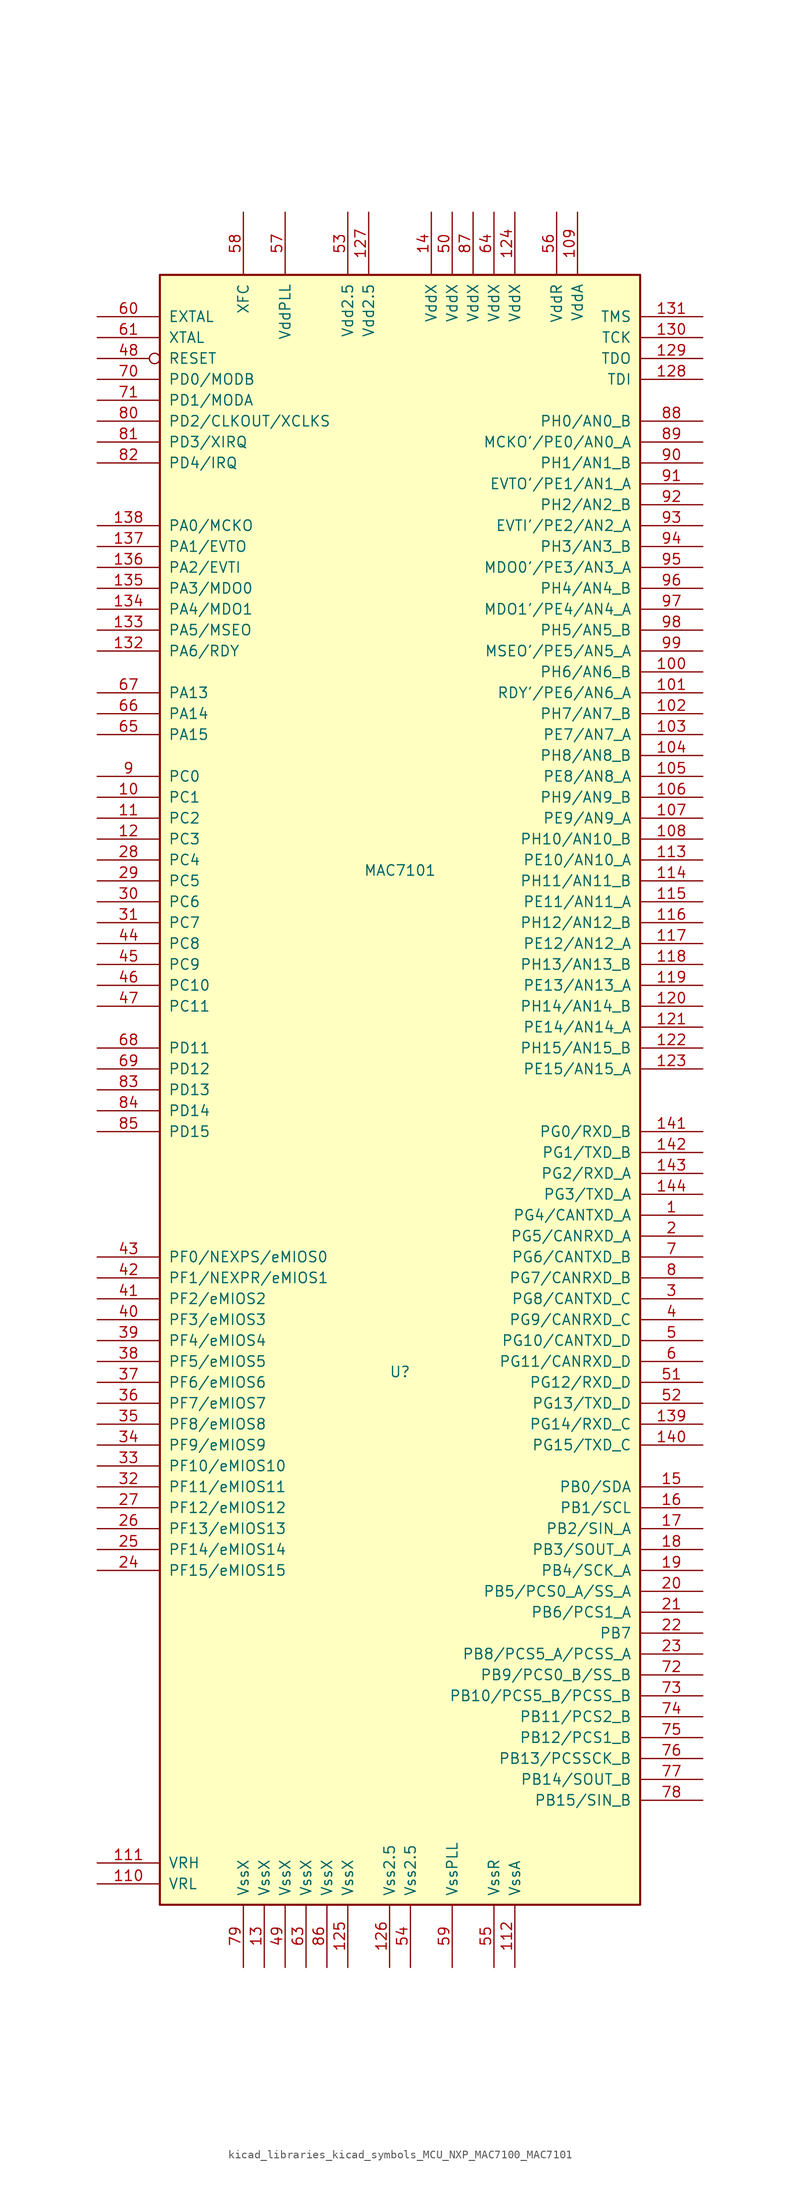
<source format=kicad_sym>
(kicad_symbol_lib
  (version 20220914)
  (generator kicad_symbol_editor)
  (symbol "kicad_libraries_kicad_symbols_MCU_NXP_MAC7100_MAC7101"
    (pin_names
      (offset 1.016))
    (property "Reference" "U"
      (at 1.27 -44.45 0)
      (effects (font (size 1.27 1.27))))
    (property "Value" "MAC7101"
      (at 1.27 16.51 0)
      (effects (font (size 1.27 1.27))))
    (symbol "kicad_libraries_kicad_symbols_MCU_NXP_MAC7100_MAC7101_0_1"
      (rectangle (start 30.48 -109.22) (end -27.94 88.9) (stroke (width 0.254) (type default)) (fill (type background))))
    (symbol "kicad_libraries_kicad_symbols_MCU_NXP_MAC7100_MAC7101_1_1"
      (pin bidirectional line (at 38.1 -25.4 180) (length 7.62) (name "PG4/CANTXD_A" (effects (font (size 1.27 1.27)))) (number "1" (effects (font (size 1.27 1.27)))))
      (pin bidirectional line (at -35.56 25.4 0) (length 7.62) (name "PC1" (effects (font (size 1.27 1.27)))) (number "10" (effects (font (size 1.27 1.27)))))
      (pin bidirectional line (at 38.1 40.64 180) (length 7.62) (name "PH6/AN6_B" (effects (font (size 1.27 1.27)))) (number "100" (effects (font (size 1.27 1.27)))))
      (pin bidirectional line (at 38.1 38.1 180) (length 7.62) (name "RDY'/PE6/AN6_A" (effects (font (size 1.27 1.27)))) (number "101" (effects (font (size 1.27 1.27)))))
      (pin bidirectional line (at 38.1 35.56 180) (length 7.62) (name "PH7/AN7_B" (effects (font (size 1.27 1.27)))) (number "102" (effects (font (size 1.27 1.27)))))
      (pin bidirectional line (at 38.1 33.02 180) (length 7.62) (name "PE7/AN7_A" (effects (font (size 1.27 1.27)))) (number "103" (effects (font (size 1.27 1.27)))))
      (pin bidirectional line (at 38.1 30.48 180) (length 7.62) (name "PH8/AN8_B" (effects (font (size 1.27 1.27)))) (number "104" (effects (font (size 1.27 1.27)))))
      (pin bidirectional line (at 38.1 27.94 180) (length 7.62) (name "PE8/AN8_A" (effects (font (size 1.27 1.27)))) (number "105" (effects (font (size 1.27 1.27)))))
      (pin bidirectional line (at 38.1 25.4 180) (length 7.62) (name "PH9/AN9_B" (effects (font (size 1.27 1.27)))) (number "106" (effects (font (size 1.27 1.27)))))
      (pin bidirectional line (at 38.1 22.86 180) (length 7.62) (name "PE9/AN9_A" (effects (font (size 1.27 1.27)))) (number "107" (effects (font (size 1.27 1.27)))))
      (pin bidirectional line (at 38.1 20.32 180) (length 7.62) (name "PH10/AN10_B" (effects (font (size 1.27 1.27)))) (number "108" (effects (font (size 1.27 1.27)))))
      (pin power_in line (at 22.86 96.52 270) (length 7.62) (name "VddA" (effects (font (size 1.27 1.27)))) (number "109" (effects (font (size 1.27 1.27)))))
      (pin bidirectional line (at -35.56 22.86 0) (length 7.62) (name "PC2" (effects (font (size 1.27 1.27)))) (number "11" (effects (font (size 1.27 1.27)))))
      (pin passive line (at -35.56 -106.68 0) (length 7.62) (name "VRL" (effects (font (size 1.27 1.27)))) (number "110" (effects (font (size 1.27 1.27)))))
      (pin passive line (at -35.56 -104.14 0) (length 7.62) (name "VRH" (effects (font (size 1.27 1.27)))) (number "111" (effects (font (size 1.27 1.27)))))
      (pin power_in line (at 15.24 -116.84 90) (length 7.62) (name "VssA" (effects (font (size 1.27 1.27)))) (number "112" (effects (font (size 1.27 1.27)))))
      (pin bidirectional line (at 38.1 17.78 180) (length 7.62) (name "PE10/AN10_A" (effects (font (size 1.27 1.27)))) (number "113" (effects (font (size 1.27 1.27)))))
      (pin bidirectional line (at 38.1 15.24 180) (length 7.62) (name "PH11/AN11_B" (effects (font (size 1.27 1.27)))) (number "114" (effects (font (size 1.27 1.27)))))
      (pin bidirectional line (at 38.1 12.7 180) (length 7.62) (name "PE11/AN11_A" (effects (font (size 1.27 1.27)))) (number "115" (effects (font (size 1.27 1.27)))))
      (pin bidirectional line (at 38.1 10.16 180) (length 7.62) (name "PH12/AN12_B" (effects (font (size 1.27 1.27)))) (number "116" (effects (font (size 1.27 1.27)))))
      (pin bidirectional line (at 38.1 7.62 180) (length 7.62) (name "PE12/AN12_A" (effects (font (size 1.27 1.27)))) (number "117" (effects (font (size 1.27 1.27)))))
      (pin bidirectional line (at 38.1 5.08 180) (length 7.62) (name "PH13/AN13_B" (effects (font (size 1.27 1.27)))) (number "118" (effects (font (size 1.27 1.27)))))
      (pin bidirectional line (at 38.1 2.54 180) (length 7.62) (name "PE13/AN13_A" (effects (font (size 1.27 1.27)))) (number "119" (effects (font (size 1.27 1.27)))))
      (pin bidirectional line (at -35.56 20.32 0) (length 7.62) (name "PC3" (effects (font (size 1.27 1.27)))) (number "12" (effects (font (size 1.27 1.27)))))
      (pin bidirectional line (at 38.1 0 180) (length 7.62) (name "PH14/AN14_B" (effects (font (size 1.27 1.27)))) (number "120" (effects (font (size 1.27 1.27)))))
      (pin bidirectional line (at 38.1 -2.54 180) (length 7.62) (name "PE14/AN14_A" (effects (font (size 1.27 1.27)))) (number "121" (effects (font (size 1.27 1.27)))))
      (pin bidirectional line (at 38.1 -5.08 180) (length 7.62) (name "PH15/AN15_B" (effects (font (size 1.27 1.27)))) (number "122" (effects (font (size 1.27 1.27)))))
      (pin bidirectional line (at 38.1 -7.62 180) (length 7.62) (name "PE15/AN15_A" (effects (font (size 1.27 1.27)))) (number "123" (effects (font (size 1.27 1.27)))))
      (pin power_in line (at 15.24 96.52 270) (length 7.62) (name "VddX" (effects (font (size 1.27 1.27)))) (number "124" (effects (font (size 1.27 1.27)))))
      (pin power_in line (at -5.08 -116.84 90) (length 7.62) (name "VssX" (effects (font (size 1.27 1.27)))) (number "125" (effects (font (size 1.27 1.27)))))
      (pin power_in line (at 0 -116.84 90) (length 7.62) (name "Vss2.5" (effects (font (size 1.27 1.27)))) (number "126" (effects (font (size 1.27 1.27)))))
      (pin power_in line (at -2.54 96.52 270) (length 7.62) (name "Vdd2.5" (effects (font (size 1.27 1.27)))) (number "127" (effects (font (size 1.27 1.27)))))
      (pin input line (at 38.1 76.2 180) (length 7.62) (name "TDI" (effects (font (size 1.27 1.27)))) (number "128" (effects (font (size 1.27 1.27)))))
      (pin output line (at 38.1 78.74 180) (length 7.62) (name "TDO" (effects (font (size 1.27 1.27)))) (number "129" (effects (font (size 1.27 1.27)))))
      (pin power_in line (at -15.24 -116.84 90) (length 7.62) (name "VssX" (effects (font (size 1.27 1.27)))) (number "13" (effects (font (size 1.27 1.27)))))
      (pin input line (at 38.1 81.28 180) (length 7.62) (name "TCK" (effects (font (size 1.27 1.27)))) (number "130" (effects (font (size 1.27 1.27)))))
      (pin input line (at 38.1 83.82 180) (length 7.62) (name "TMS" (effects (font (size 1.27 1.27)))) (number "131" (effects (font (size 1.27 1.27)))))
      (pin bidirectional line (at -35.56 43.18 0) (length 7.62) (name "PA6/RDY" (effects (font (size 1.27 1.27)))) (number "132" (effects (font (size 1.27 1.27)))))
      (pin bidirectional line (at -35.56 45.72 0) (length 7.62) (name "PA5/MSEO" (effects (font (size 1.27 1.27)))) (number "133" (effects (font (size 1.27 1.27)))))
      (pin bidirectional line (at -35.56 48.26 0) (length 7.62) (name "PA4/MDO1" (effects (font (size 1.27 1.27)))) (number "134" (effects (font (size 1.27 1.27)))))
      (pin bidirectional line (at -35.56 50.8 0) (length 7.62) (name "PA3/MDO0" (effects (font (size 1.27 1.27)))) (number "135" (effects (font (size 1.27 1.27)))))
      (pin bidirectional line (at -35.56 53.34 0) (length 7.62) (name "PA2/EVTI" (effects (font (size 1.27 1.27)))) (number "136" (effects (font (size 1.27 1.27)))))
      (pin bidirectional line (at -35.56 55.88 0) (length 7.62) (name "PA1/EVTO" (effects (font (size 1.27 1.27)))) (number "137" (effects (font (size 1.27 1.27)))))
      (pin bidirectional line (at -35.56 58.42 0) (length 7.62) (name "PA0/MCKO" (effects (font (size 1.27 1.27)))) (number "138" (effects (font (size 1.27 1.27)))))
      (pin bidirectional line (at 38.1 -50.8 180) (length 7.62) (name "PG14/RXD_C" (effects (font (size 1.27 1.27)))) (number "139" (effects (font (size 1.27 1.27)))))
      (pin power_in line (at 5.08 96.52 270) (length 7.62) (name "VddX" (effects (font (size 1.27 1.27)))) (number "14" (effects (font (size 1.27 1.27)))))
      (pin bidirectional line (at 38.1 -53.34 180) (length 7.62) (name "PG15/TXD_C" (effects (font (size 1.27 1.27)))) (number "140" (effects (font (size 1.27 1.27)))))
      (pin bidirectional line (at 38.1 -15.24 180) (length 7.62) (name "PG0/RXD_B" (effects (font (size 1.27 1.27)))) (number "141" (effects (font (size 1.27 1.27)))))
      (pin bidirectional line (at 38.1 -17.78 180) (length 7.62) (name "PG1/TXD_B" (effects (font (size 1.27 1.27)))) (number "142" (effects (font (size 1.27 1.27)))))
      (pin bidirectional line (at 38.1 -20.32 180) (length 7.62) (name "PG2/RXD_A" (effects (font (size 1.27 1.27)))) (number "143" (effects (font (size 1.27 1.27)))))
      (pin bidirectional line (at 38.1 -22.86 180) (length 7.62) (name "PG3/TXD_A" (effects (font (size 1.27 1.27)))) (number "144" (effects (font (size 1.27 1.27)))))
      (pin bidirectional line (at 38.1 -58.42 180) (length 7.62) (name "PB0/SDA" (effects (font (size 1.27 1.27)))) (number "15" (effects (font (size 1.27 1.27)))))
      (pin bidirectional line (at 38.1 -60.96 180) (length 7.62) (name "PB1/SCL" (effects (font (size 1.27 1.27)))) (number "16" (effects (font (size 1.27 1.27)))))
      (pin bidirectional line (at 38.1 -63.5 180) (length 7.62) (name "PB2/SIN_A" (effects (font (size 1.27 1.27)))) (number "17" (effects (font (size 1.27 1.27)))))
      (pin bidirectional line (at 38.1 -66.04 180) (length 7.62) (name "PB3/SOUT_A" (effects (font (size 1.27 1.27)))) (number "18" (effects (font (size 1.27 1.27)))))
      (pin bidirectional line (at 38.1 -68.58 180) (length 7.62) (name "PB4/SCK_A" (effects (font (size 1.27 1.27)))) (number "19" (effects (font (size 1.27 1.27)))))
      (pin bidirectional line (at 38.1 -27.94 180) (length 7.62) (name "PG5/CANRXD_A" (effects (font (size 1.27 1.27)))) (number "2" (effects (font (size 1.27 1.27)))))
      (pin bidirectional line (at 38.1 -71.12 180) (length 7.62) (name "PB5/PCS0_A/SS_A" (effects (font (size 1.27 1.27)))) (number "20" (effects (font (size 1.27 1.27)))))
      (pin bidirectional line (at 38.1 -73.66 180) (length 7.62) (name "PB6/PCS1_A" (effects (font (size 1.27 1.27)))) (number "21" (effects (font (size 1.27 1.27)))))
      (pin bidirectional line (at 38.1 -76.2 180) (length 7.62) (name "PB7" (effects (font (size 1.27 1.27)))) (number "22" (effects (font (size 1.27 1.27)))))
      (pin bidirectional line (at 38.1 -78.74 180) (length 7.62) (name "PB8/PCS5_A/PCSS_A" (effects (font (size 1.27 1.27)))) (number "23" (effects (font (size 1.27 1.27)))))
      (pin bidirectional line (at -35.56 -68.58 0) (length 7.62) (name "PF15/eMIOS15" (effects (font (size 1.27 1.27)))) (number "24" (effects (font (size 1.27 1.27)))))
      (pin bidirectional line (at -35.56 -66.04 0) (length 7.62) (name "PF14/eMIOS14" (effects (font (size 1.27 1.27)))) (number "25" (effects (font (size 1.27 1.27)))))
      (pin bidirectional line (at -35.56 -63.5 0) (length 7.62) (name "PF13/eMIOS13" (effects (font (size 1.27 1.27)))) (number "26" (effects (font (size 1.27 1.27)))))
      (pin bidirectional line (at -35.56 -60.96 0) (length 7.62) (name "PF12/eMIOS12" (effects (font (size 1.27 1.27)))) (number "27" (effects (font (size 1.27 1.27)))))
      (pin bidirectional line (at -35.56 17.78 0) (length 7.62) (name "PC4" (effects (font (size 1.27 1.27)))) (number "28" (effects (font (size 1.27 1.27)))))
      (pin bidirectional line (at -35.56 15.24 0) (length 7.62) (name "PC5" (effects (font (size 1.27 1.27)))) (number "29" (effects (font (size 1.27 1.27)))))
      (pin bidirectional line (at 38.1 -35.56 180) (length 7.62) (name "PG8/CANTXD_C" (effects (font (size 1.27 1.27)))) (number "3" (effects (font (size 1.27 1.27)))))
      (pin bidirectional line (at -35.56 12.7 0) (length 7.62) (name "PC6" (effects (font (size 1.27 1.27)))) (number "30" (effects (font (size 1.27 1.27)))))
      (pin bidirectional line (at -35.56 10.16 0) (length 7.62) (name "PC7" (effects (font (size 1.27 1.27)))) (number "31" (effects (font (size 1.27 1.27)))))
      (pin bidirectional line (at -35.56 -58.42 0) (length 7.62) (name "PF11/eMIOS11" (effects (font (size 1.27 1.27)))) (number "32" (effects (font (size 1.27 1.27)))))
      (pin bidirectional line (at -35.56 -55.88 0) (length 7.62) (name "PF10/eMIOS10" (effects (font (size 1.27 1.27)))) (number "33" (effects (font (size 1.27 1.27)))))
      (pin bidirectional line (at -35.56 -53.34 0) (length 7.62) (name "PF9/eMIOS9" (effects (font (size 1.27 1.27)))) (number "34" (effects (font (size 1.27 1.27)))))
      (pin bidirectional line (at -35.56 -50.8 0) (length 7.62) (name "PF8/eMIOS8" (effects (font (size 1.27 1.27)))) (number "35" (effects (font (size 1.27 1.27)))))
      (pin bidirectional line (at -35.56 -48.26 0) (length 7.62) (name "PF7/eMIOS7" (effects (font (size 1.27 1.27)))) (number "36" (effects (font (size 1.27 1.27)))))
      (pin bidirectional line (at -35.56 -45.72 0) (length 7.62) (name "PF6/eMIOS6" (effects (font (size 1.27 1.27)))) (number "37" (effects (font (size 1.27 1.27)))))
      (pin bidirectional line (at -35.56 -43.18 0) (length 7.62) (name "PF5/eMIOS5" (effects (font (size 1.27 1.27)))) (number "38" (effects (font (size 1.27 1.27)))))
      (pin bidirectional line (at -35.56 -40.64 0) (length 7.62) (name "PF4/eMIOS4" (effects (font (size 1.27 1.27)))) (number "39" (effects (font (size 1.27 1.27)))))
      (pin bidirectional line (at 38.1 -38.1 180) (length 7.62) (name "PG9/CANRXD_C" (effects (font (size 1.27 1.27)))) (number "4" (effects (font (size 1.27 1.27)))))
      (pin bidirectional line (at -35.56 -38.1 0) (length 7.62) (name "PF3/eMIOS3" (effects (font (size 1.27 1.27)))) (number "40" (effects (font (size 1.27 1.27)))))
      (pin bidirectional line (at -35.56 -35.56 0) (length 7.62) (name "PF2/eMIOS2" (effects (font (size 1.27 1.27)))) (number "41" (effects (font (size 1.27 1.27)))))
      (pin bidirectional line (at -35.56 -33.02 0) (length 7.62) (name "PF1/NEXPR/eMIOS1" (effects (font (size 1.27 1.27)))) (number "42" (effects (font (size 1.27 1.27)))))
      (pin bidirectional line (at -35.56 -30.48 0) (length 7.62) (name "PF0/NEXPS/eMIOS0" (effects (font (size 1.27 1.27)))) (number "43" (effects (font (size 1.27 1.27)))))
      (pin bidirectional line (at -35.56 7.62 0) (length 7.62) (name "PC8" (effects (font (size 1.27 1.27)))) (number "44" (effects (font (size 1.27 1.27)))))
      (pin bidirectional line (at -35.56 5.08 0) (length 7.62) (name "PC9" (effects (font (size 1.27 1.27)))) (number "45" (effects (font (size 1.27 1.27)))))
      (pin bidirectional line (at -35.56 2.54 0) (length 7.62) (name "PC10" (effects (font (size 1.27 1.27)))) (number "46" (effects (font (size 1.27 1.27)))))
      (pin bidirectional line (at -35.56 0 0) (length 7.62) (name "PC11" (effects (font (size 1.27 1.27)))) (number "47" (effects (font (size 1.27 1.27)))))
      (pin bidirectional inverted (at -35.56 78.74 0) (length 7.62) (name "RESET" (effects (font (size 1.27 1.27)))) (number "48" (effects (font (size 1.27 1.27)))))
      (pin power_in line (at -12.7 -116.84 90) (length 7.62) (name "VssX" (effects (font (size 1.27 1.27)))) (number "49" (effects (font (size 1.27 1.27)))))
      (pin bidirectional line (at 38.1 -40.64 180) (length 7.62) (name "PG10/CANTXD_D" (effects (font (size 1.27 1.27)))) (number "5" (effects (font (size 1.27 1.27)))))
      (pin power_in line (at 7.62 96.52 270) (length 7.62) (name "VddX" (effects (font (size 1.27 1.27)))) (number "50" (effects (font (size 1.27 1.27)))))
      (pin bidirectional line (at 38.1 -45.72 180) (length 7.62) (name "PG12/RXD_D" (effects (font (size 1.27 1.27)))) (number "51" (effects (font (size 1.27 1.27)))))
      (pin bidirectional line (at 38.1 -48.26 180) (length 7.62) (name "PG13/TXD_D" (effects (font (size 1.27 1.27)))) (number "52" (effects (font (size 1.27 1.27)))))
      (pin passive line (at -5.08 96.52 270) (length 7.62) (name "Vdd2.5" (effects (font (size 1.27 1.27)))) (number "53" (effects (font (size 1.27 1.27)))))
      (pin passive line (at 2.54 -116.84 90) (length 7.62) (name "Vss2.5" (effects (font (size 1.27 1.27)))) (number "54" (effects (font (size 1.27 1.27)))))
      (pin power_in line (at 12.7 -116.84 90) (length 7.62) (name "VssR" (effects (font (size 1.27 1.27)))) (number "55" (effects (font (size 1.27 1.27)))))
      (pin power_in line (at 20.32 96.52 270) (length 7.62) (name "VddR" (effects (font (size 1.27 1.27)))) (number "56" (effects (font (size 1.27 1.27)))))
      (pin passive line (at -12.7 96.52 270) (length 7.62) (name "VddPLL" (effects (font (size 1.27 1.27)))) (number "57" (effects (font (size 1.27 1.27)))))
      (pin bidirectional line (at -17.78 96.52 270) (length 7.62) (name "XFC" (effects (font (size 1.27 1.27)))) (number "58" (effects (font (size 1.27 1.27)))))
      (pin passive line (at 7.62 -116.84 90) (length 7.62) (name "VssPLL" (effects (font (size 1.27 1.27)))) (number "59" (effects (font (size 1.27 1.27)))))
      (pin bidirectional line (at 38.1 -43.18 180) (length 7.62) (name "PG11/CANRXD_D" (effects (font (size 1.27 1.27)))) (number "6" (effects (font (size 1.27 1.27)))))
      (pin input line (at -35.56 83.82 0) (length 7.62) (name "EXTAL" (effects (font (size 1.27 1.27)))) (number "60" (effects (font (size 1.27 1.27)))))
      (pin output line (at -35.56 81.28 0) (length 7.62) (name "XTAL" (effects (font (size 1.27 1.27)))) (number "61" (effects (font (size 1.27 1.27)))))
      (pin power_in line (at -10.16 -116.84 90) (length 7.62) (name "VssX" (effects (font (size 1.27 1.27)))) (number "63" (effects (font (size 1.27 1.27)))))
      (pin power_in line (at 12.7 96.52 270) (length 7.62) (name "VddX" (effects (font (size 1.27 1.27)))) (number "64" (effects (font (size 1.27 1.27)))))
      (pin bidirectional line (at -35.56 33.02 0) (length 7.62) (name "PA15" (effects (font (size 1.27 1.27)))) (number "65" (effects (font (size 1.27 1.27)))))
      (pin bidirectional line (at -35.56 35.56 0) (length 7.62) (name "PA14" (effects (font (size 1.27 1.27)))) (number "66" (effects (font (size 1.27 1.27)))))
      (pin bidirectional line (at -35.56 38.1 0) (length 7.62) (name "PA13" (effects (font (size 1.27 1.27)))) (number "67" (effects (font (size 1.27 1.27)))))
      (pin bidirectional line (at -35.56 -5.08 0) (length 7.62) (name "PD11" (effects (font (size 1.27 1.27)))) (number "68" (effects (font (size 1.27 1.27)))))
      (pin bidirectional line (at -35.56 -7.62 0) (length 7.62) (name "PD12" (effects (font (size 1.27 1.27)))) (number "69" (effects (font (size 1.27 1.27)))))
      (pin bidirectional line (at 38.1 -30.48 180) (length 7.62) (name "PG6/CANTXD_B" (effects (font (size 1.27 1.27)))) (number "7" (effects (font (size 1.27 1.27)))))
      (pin bidirectional line (at -35.56 76.2 0) (length 7.62) (name "PD0/MODB" (effects (font (size 1.27 1.27)))) (number "70" (effects (font (size 1.27 1.27)))))
      (pin bidirectional line (at -35.56 73.66 0) (length 7.62) (name "PD1/MODA" (effects (font (size 1.27 1.27)))) (number "71" (effects (font (size 1.27 1.27)))))
      (pin bidirectional line (at 38.1 -81.28 180) (length 7.62) (name "PB9/PCS0_B/SS_B" (effects (font (size 1.27 1.27)))) (number "72" (effects (font (size 1.27 1.27)))))
      (pin bidirectional line (at 38.1 -83.82 180) (length 7.62) (name "PB10/PCS5_B/PCSS_B" (effects (font (size 1.27 1.27)))) (number "73" (effects (font (size 1.27 1.27)))))
      (pin bidirectional line (at 38.1 -86.36 180) (length 7.62) (name "PB11/PCS2_B" (effects (font (size 1.27 1.27)))) (number "74" (effects (font (size 1.27 1.27)))))
      (pin bidirectional line (at 38.1 -88.9 180) (length 7.62) (name "PB12/PCS1_B" (effects (font (size 1.27 1.27)))) (number "75" (effects (font (size 1.27 1.27)))))
      (pin bidirectional line (at 38.1 -91.44 180) (length 7.62) (name "PB13/PCSSCK_B" (effects (font (size 1.27 1.27)))) (number "76" (effects (font (size 1.27 1.27)))))
      (pin bidirectional line (at 38.1 -93.98 180) (length 7.62) (name "PB14/SOUT_B" (effects (font (size 1.27 1.27)))) (number "77" (effects (font (size 1.27 1.27)))))
      (pin bidirectional line (at 38.1 -96.52 180) (length 7.62) (name "PB15/SIN_B" (effects (font (size 1.27 1.27)))) (number "78" (effects (font (size 1.27 1.27)))))
      (pin power_in line (at -17.78 -116.84 90) (length 7.62) (name "VssX" (effects (font (size 1.27 1.27)))) (number "79" (effects (font (size 1.27 1.27)))))
      (pin bidirectional line (at 38.1 -33.02 180) (length 7.62) (name "PG7/CANRXD_B" (effects (font (size 1.27 1.27)))) (number "8" (effects (font (size 1.27 1.27)))))
      (pin bidirectional line (at -35.56 71.12 0) (length 7.62) (name "PD2/CLKOUT/XCLKS" (effects (font (size 1.27 1.27)))) (number "80" (effects (font (size 1.27 1.27)))))
      (pin bidirectional line (at -35.56 68.58 0) (length 7.62) (name "PD3/XIRQ" (effects (font (size 1.27 1.27)))) (number "81" (effects (font (size 1.27 1.27)))))
      (pin bidirectional line (at -35.56 66.04 0) (length 7.62) (name "PD4/IRQ" (effects (font (size 1.27 1.27)))) (number "82" (effects (font (size 1.27 1.27)))))
      (pin bidirectional line (at -35.56 -10.16 0) (length 7.62) (name "PD13" (effects (font (size 1.27 1.27)))) (number "83" (effects (font (size 1.27 1.27)))))
      (pin bidirectional line (at -35.56 -12.7 0) (length 7.62) (name "PD14" (effects (font (size 1.27 1.27)))) (number "84" (effects (font (size 1.27 1.27)))))
      (pin bidirectional line (at -35.56 -15.24 0) (length 7.62) (name "PD15" (effects (font (size 1.27 1.27)))) (number "85" (effects (font (size 1.27 1.27)))))
      (pin power_in line (at -7.62 -116.84 90) (length 7.62) (name "VssX" (effects (font (size 1.27 1.27)))) (number "86" (effects (font (size 1.27 1.27)))))
      (pin power_in line (at 10.16 96.52 270) (length 7.62) (name "VddX" (effects (font (size 1.27 1.27)))) (number "87" (effects (font (size 1.27 1.27)))))
      (pin bidirectional line (at 38.1 71.12 180) (length 7.62) (name "PH0/AN0_B" (effects (font (size 1.27 1.27)))) (number "88" (effects (font (size 1.27 1.27)))))
      (pin bidirectional line (at 38.1 68.58 180) (length 7.62) (name "MCKO'/PE0/AN0_A" (effects (font (size 1.27 1.27)))) (number "89" (effects (font (size 1.27 1.27)))))
      (pin bidirectional line (at -35.56 27.94 0) (length 7.62) (name "PC0" (effects (font (size 1.27 1.27)))) (number "9" (effects (font (size 1.27 1.27)))))
      (pin bidirectional line (at 38.1 66.04 180) (length 7.62) (name "PH1/AN1_B" (effects (font (size 1.27 1.27)))) (number "90" (effects (font (size 1.27 1.27)))))
      (pin bidirectional line (at 38.1 63.5 180) (length 7.62) (name "EVTO'/PE1/AN1_A" (effects (font (size 1.27 1.27)))) (number "91" (effects (font (size 1.27 1.27)))))
      (pin bidirectional line (at 38.1 60.96 180) (length 7.62) (name "PH2/AN2_B" (effects (font (size 1.27 1.27)))) (number "92" (effects (font (size 1.27 1.27)))))
      (pin bidirectional line (at 38.1 58.42 180) (length 7.62) (name "EVTI'/PE2/AN2_A" (effects (font (size 1.27 1.27)))) (number "93" (effects (font (size 1.27 1.27)))))
      (pin bidirectional line (at 38.1 55.88 180) (length 7.62) (name "PH3/AN3_B" (effects (font (size 1.27 1.27)))) (number "94" (effects (font (size 1.27 1.27)))))
      (pin bidirectional line (at 38.1 53.34 180) (length 7.62) (name "MDO0'/PE3/AN3_A" (effects (font (size 1.27 1.27)))) (number "95" (effects (font (size 1.27 1.27)))))
      (pin bidirectional line (at 38.1 50.8 180) (length 7.62) (name "PH4/AN4_B" (effects (font (size 1.27 1.27)))) (number "96" (effects (font (size 1.27 1.27)))))
      (pin bidirectional line (at 38.1 48.26 180) (length 7.62) (name "MDO1'/PE4/AN4_A" (effects (font (size 1.27 1.27)))) (number "97" (effects (font (size 1.27 1.27)))))
      (pin bidirectional line (at 38.1 45.72 180) (length 7.62) (name "PH5/AN5_B" (effects (font (size 1.27 1.27)))) (number "98" (effects (font (size 1.27 1.27)))))
      (pin bidirectional line (at 38.1 43.18 180) (length 7.62) (name "MSEO'/PE5/AN5_A" (effects (font (size 1.27 1.27)))) (number "99" (effects (font (size 1.27 1.27))))))))
</source>
